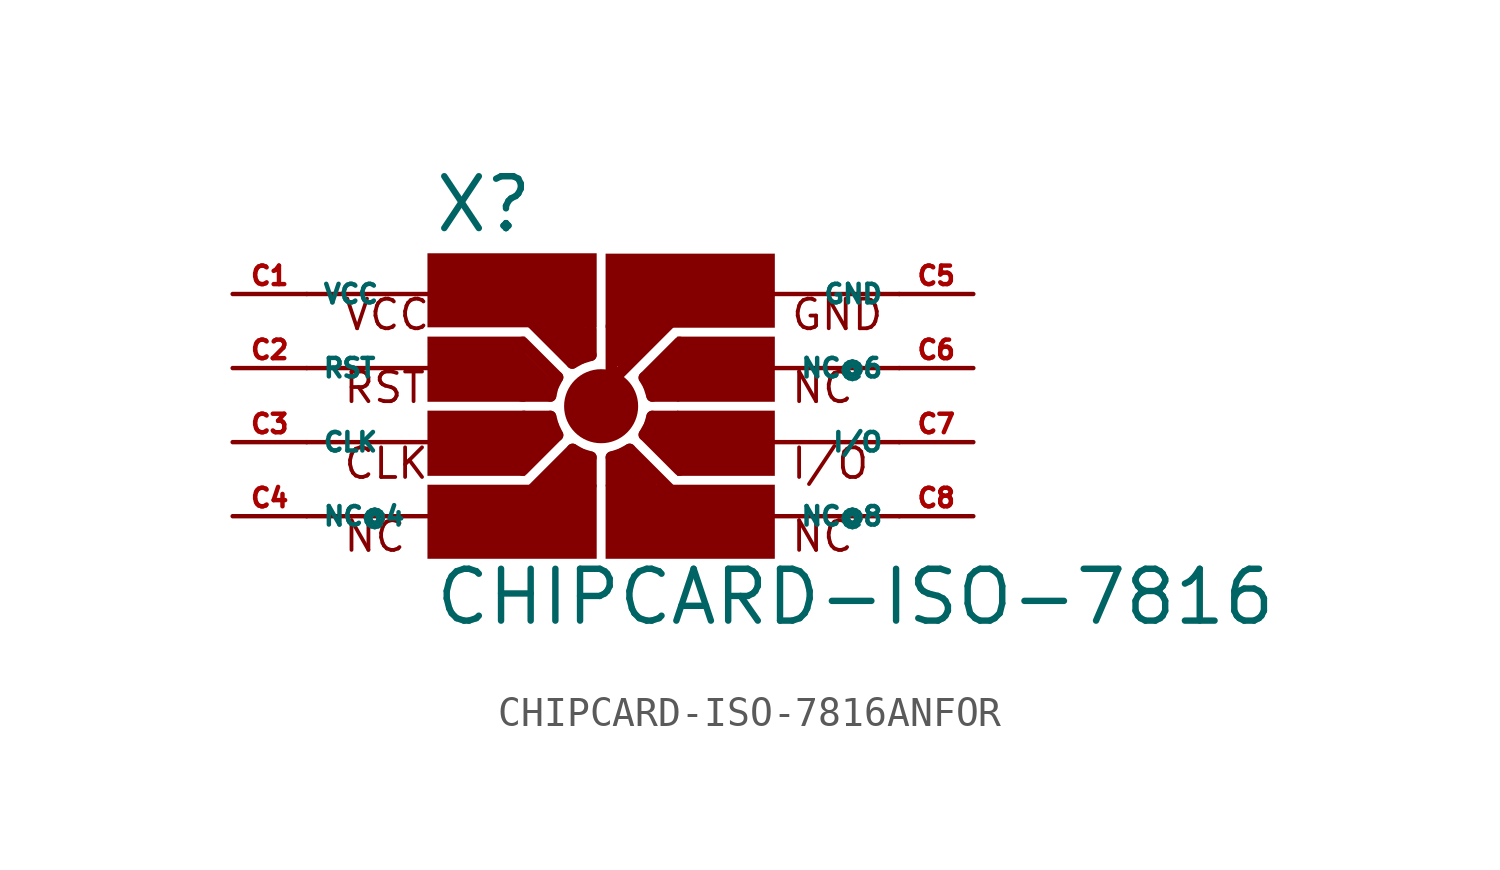
<source format=kicad_sym>
(kicad_symbol_lib
  (version 20220914)
  (generator kicad_symbol_editor)
  (symbol "CHIPCARD-ISO-7816ANFOR"
    (property "Reference" "X"
      (at -5.842 4.572 0)
      (effects (font (size 1.778 1.778) (thickness 0.22)) (justify left bottom)))
    (property "Value" "CHIPCARD-ISO-7816"
      (at -5.842 -8.89 0)
      (effects (font (size 1.778 1.778) (thickness 0.22)) (justify left bottom)))
    (symbol "CHIPCARD-ISO-7816ANFOR_1_1"
      (rectangle (start -6.02 -4) (end -0.216 -6.54) (stroke (width -0.0001) (type default)) (fill (type outline)))
      (rectangle (start -6.02 -1.46) (end -2.667 -3.696) (stroke (width -0.0001) (type default)) (fill (type outline)))
      (rectangle (start -6.02 1.079) (end -2.667 -1.156) (stroke (width -0.0001) (type default)) (fill (type outline)))
      (rectangle (start -6.02 3.937) (end -0.216 1.397) (stroke (width -0.0001) (type default)) (fill (type outline)))
      (circle (center -0.064 -1.308) (radius 1.27) (stroke (width -0.0001) (type default)) (fill (type outline)))
      (polyline (pts (xy -10.16 -5.08) (xy -5.08 -5.08)) (stroke (width 0.152) (type default)) (fill (type none)))
      (polyline (pts (xy -10.16 -2.54) (xy -5.08 -2.54)) (stroke (width 0.152) (type default)) (fill (type none)))
      (polyline (pts (xy -10.16 0) (xy -5.08 0)) (stroke (width 0.152) (type default)) (fill (type none)))
      (polyline (pts (xy -10.16 2.54) (xy -5.08 2.54)) (stroke (width 0.152) (type default)) (fill (type none)))
      (polyline (pts (xy -2.781 -2.489) (xy -2.451 -2.159)) (stroke (width 0.406) (type default)) (fill (type none)))
      (polyline (pts (xy -2.769 -0.572) (xy -1.968 -0.572)) (stroke (width 0.406) (type default)) (fill (type none)))
      (polyline (pts (xy -2.756 -3.493) (xy -1.562 -2.299)) (stroke (width 0.406) (type default)) (fill (type none)))
      (polyline (pts (xy -2.756 0.876) (xy -1.562 -0.318)) (stroke (width 0.406) (type default)) (fill (type none)))
      (polyline (pts (xy -2.743 -2.032) (xy -2.019 -2.032)) (stroke (width 0.406) (type default)) (fill (type none)))
      (polyline (pts (xy -2.502 -0.394) (xy -2.705 -0.191)) (stroke (width 0.406) (type default)) (fill (type none)))
      (polyline (pts (xy -2.451 -2.159) (xy -2.451 -2.134)) (stroke (width 0.406) (type default)) (fill (type none)))
      (polyline (pts (xy -2.019 -2.032) (xy -1.918 -2.134)) (stroke (width 0.406) (type default)) (fill (type none)))
      (polyline (pts (xy -1.968 -0.572) (xy -1.968 -0.457)) (stroke (width 0.406) (type default)) (fill (type none)))
      (polyline (pts (xy -1.968 -0.457) (xy -2.781 0.356)) (stroke (width 0.406) (type default)) (fill (type none)))
      (polyline (pts (xy -1.918 -2.134) (xy -2.743 -2.959)) (stroke (width 0.406) (type default)) (fill (type none)))
      (polyline (pts (xy -1.803 -1.664) (xy -2.718 -1.664)) (stroke (width 0.406) (type default)) (fill (type none)))
      (polyline (pts (xy -1.803 -0.953) (xy -2.781 -0.953)) (stroke (width 0.406) (type default)) (fill (type none)))
      (polyline (pts (xy -1.727 -0.635) (xy -1.803 -0.953)) (stroke (width 0.406) (type default)) (fill (type none)))
      (polyline (pts (xy -1.714 -1.981) (xy -1.803 -1.664)) (stroke (width 0.406) (type default)) (fill (type none)))
      (polyline (pts (xy -1.562 -2.299) (xy -1.714 -1.981)) (stroke (width 0.406) (type default)) (fill (type none)))
      (polyline (pts (xy -1.562 -0.318) (xy -1.727 -0.635)) (stroke (width 0.406) (type default)) (fill (type none)))
      (polyline (pts (xy -1.283 -4.089) (xy -0.889 -3.696)) (stroke (width 0.406) (type default)) (fill (type none)))
      (polyline (pts (xy -1.054 0.178) (xy -2.413 1.537)) (stroke (width 0.406) (type default)) (fill (type none)))
      (polyline (pts (xy -1.041 -2.794) (xy -2.388 -4.14)) (stroke (width 0.406) (type default)) (fill (type none)))
      (polyline (pts (xy -0.902 0.546) (xy -1.803 1.448)) (stroke (width 0.406) (type default)) (fill (type none)))
      (polyline (pts (xy -0.902 1.079) (xy -1.295 1.473)) (stroke (width 0.406) (type default)) (fill (type none)))
      (polyline (pts (xy -0.876 -3.15) (xy -1.841 -4.115)) (stroke (width 0.406) (type default)) (fill (type none)))
      (polyline (pts (xy -0.8 0.648) (xy -0.902 0.546)) (stroke (width 0.406) (type default)) (fill (type none)))
      (polyline (pts (xy -0.8 1.397) (xy -0.8 0.648)) (stroke (width 0.406) (type default)) (fill (type none)))
      (polyline (pts (xy -0.787 -4.039) (xy -0.787 -3.239)) (stroke (width 0.406) (type default)) (fill (type none)))
      (polyline (pts (xy -0.787 -3.239) (xy -0.876 -3.15)) (stroke (width 0.406) (type default)) (fill (type none)))
      (polyline (pts (xy -0.749 -2.959) (xy -1.041 -2.794)) (stroke (width 0.406) (type default)) (fill (type none)))
      (polyline (pts (xy -0.749 0.343) (xy -1.054 0.178)) (stroke (width 0.406) (type default)) (fill (type none)))
      (polyline (pts (xy -0.419 -4.013) (xy -0.419 -3.061)) (stroke (width 0.406) (type default)) (fill (type none)))
      (polyline (pts (xy -0.419 -3.061) (xy -0.749 -2.959)) (stroke (width 0.406) (type default)) (fill (type none)))
      (polyline (pts (xy -0.419 0.445) (xy -0.749 0.343)) (stroke (width 0.406) (type default)) (fill (type none)))
      (polyline (pts (xy -0.419 1.333) (xy -0.419 0.445)) (stroke (width 0.406) (type default)) (fill (type none)))
      (polyline (pts (xy 0.292 -4) (xy 0.292 -3.061)) (stroke (width 0.406) (type default)) (fill (type none)))
      (polyline (pts (xy 0.292 -3.061) (xy 0.61 -2.959)) (stroke (width 0.406) (type default)) (fill (type none)))
      (polyline (pts (xy 0.292 -0.254) (xy 0.483 -0.254)) (stroke (width 0.406) (type default)) (fill (type none)))
      (polyline (pts (xy 0.292 1.435) (xy 0.292 -0.254)) (stroke (width 0.406) (type default)) (fill (type none)))
      (polyline (pts (xy 0.483 -0.254) (xy 2.273 1.537)) (stroke (width 0.406) (type default)) (fill (type none)))
      (polyline (pts (xy 0.61 -2.959) (xy 0.914 -2.794)) (stroke (width 0.406) (type default)) (fill (type none)))
      (polyline (pts (xy 0.673 -4.026) (xy 0.673 -3.251)) (stroke (width 0.406) (type default)) (fill (type none)))
      (polyline (pts (xy 0.673 -3.251) (xy 0.762 -3.162)) (stroke (width 0.406) (type default)) (fill (type none)))
      (polyline (pts (xy 0.673 0.47) (xy 0.457 0.254)) (stroke (width 0.406) (type default)) (fill (type none)))
      (polyline (pts (xy 0.673 0.47) (xy 1.714 1.511)) (stroke (width 0.406) (type default)) (fill (type none)))
      (polyline (pts (xy 0.673 1.435) (xy 0.673 0.47)) (stroke (width 0.406) (type default)) (fill (type none)))
      (polyline (pts (xy 0.762 -3.162) (xy 1.651 -4.051)) (stroke (width 0.406) (type default)) (fill (type none)))
      (polyline (pts (xy 0.787 1.118) (xy 1.156 1.486)) (stroke (width 0.406) (type default)) (fill (type none)))
      (polyline (pts (xy 0.914 -2.794) (xy 2.273 -4.153)) (stroke (width 0.406) (type default)) (fill (type none)))
      (polyline (pts (xy 1.181 -4.115) (xy 0.775 -3.708)) (stroke (width 0.406) (type default)) (fill (type none)))
      (polyline (pts (xy 1.422 -2.286) (xy 2.629 -3.493)) (stroke (width 0.406) (type default)) (fill (type none)))
      (polyline (pts (xy 1.422 -0.33) (xy 2.629 0.876)) (stroke (width 0.406) (type default)) (fill (type none)))
      (polyline (pts (xy 1.575 -0.597) (xy 1.422 -0.33)) (stroke (width 0.406) (type default)) (fill (type none)))
      (polyline (pts (xy 1.6 -1.968) (xy 1.422 -2.286)) (stroke (width 0.406) (type default)) (fill (type none)))
      (polyline (pts (xy 1.689 -1.664) (xy 1.6 -1.968)) (stroke (width 0.406) (type default)) (fill (type none)))
      (polyline (pts (xy 1.689 -0.953) (xy 1.575 -0.597)) (stroke (width 0.406) (type default)) (fill (type none)))
      (polyline (pts (xy 1.791 -2.134) (xy 2.616 -2.959)) (stroke (width 0.406) (type default)) (fill (type none)))
      (polyline (pts (xy 1.803 -0.47) (xy 2.642 0.368)) (stroke (width 0.406) (type default)) (fill (type none)))
      (polyline (pts (xy 1.88 -2.045) (xy 1.791 -2.134)) (stroke (width 0.406) (type default)) (fill (type none)))
      (polyline (pts (xy 1.905 -0.572) (xy 1.803 -0.47)) (stroke (width 0.406) (type default)) (fill (type none)))
      (polyline (pts (xy 2.299 -0.432) (xy 2.553 -0.178)) (stroke (width 0.406) (type default)) (fill (type none)))
      (polyline (pts (xy 2.54 -1.664) (xy 1.689 -1.664)) (stroke (width 0.406) (type default)) (fill (type none)))
      (polyline (pts (xy 2.54 -0.953) (xy 1.689 -0.953)) (stroke (width 0.406) (type default)) (fill (type none)))
      (polyline (pts (xy 2.578 -2.045) (xy 1.88 -2.045)) (stroke (width 0.406) (type default)) (fill (type none)))
      (polyline (pts (xy 2.578 -0.572) (xy 1.905 -0.572)) (stroke (width 0.406) (type default)) (fill (type none)))
      (polyline (pts (xy 2.642 -2.451) (xy 2.349 -2.159)) (stroke (width 0.406) (type default)) (fill (type none)))
      (polyline (pts (xy 10.16 -5.08) (xy 5.08 -5.08)) (stroke (width 0.152) (type default)) (fill (type none)))
      (polyline (pts (xy 10.16 -2.54) (xy 5.08 -2.54)) (stroke (width 0.152) (type default)) (fill (type none)))
      (polyline (pts (xy 10.16 0) (xy 5.08 0)) (stroke (width 0.152) (type default)) (fill (type none)))
      (polyline (pts (xy 10.16 2.54) (xy 5.08 2.54)) (stroke (width 0.152) (type default)) (fill (type none)))
      (rectangle (start 0.089 -4) (end 5.893 -6.54) (stroke (width -0.0001) (type default)) (fill (type outline)))
      (rectangle (start 0.089 3.924) (end 5.893 1.384) (stroke (width -0.0001) (type default)) (fill (type outline)))
      (rectangle (start 2.54 -1.46) (end 5.893 -3.696) (stroke (width -0.0001) (type default)) (fill (type outline)))
      (rectangle (start 2.54 1.079) (end 5.893 -1.156) (stroke (width -0.0001) (type default)) (fill (type outline)))
      (text "CLK" (at -8.952 -3.866 0) (effects (font (size 1.016 1.016) (thickness 0.13)) (justify left bottom)))
      (text "GND" (at 6.399 1.234 0) (effects (font (size 1.016 1.016) (thickness 0.13)) (justify left bottom)))
      (text "I/O" (at 6.399 -3.866 0) (effects (font (size 1.016 1.016) (thickness 0.13)) (justify left bottom)))
      (text "NC" (at -8.952 -6.366 0) (effects (font (size 1.016 1.016) (thickness 0.13)) (justify left bottom)))
      (text "NC " (at 6.399 -6.366 0) (effects (font (size 1.016 1.016) (thickness 0.13)) (justify left bottom)))
      (text "NC  " (at 6.399 -1.266 0) (effects (font (size 1.016 1.016) (thickness 0.13)) (justify left bottom)))
      (text "RST" (at -8.952 -1.266 0) (effects (font (size 1.016 1.016) (thickness 0.13)) (justify left bottom)))
      (text "VCC" (at -8.952 1.234 0) (effects (font (size 1.016 1.016) (thickness 0.13)) (justify left bottom)))
      (pin passive line (at -12.7 2.54 0) (length 2.54) (name "VCC" (effects (font (size 0.635 0.635)))) (number "C1" (effects (font (size 0.635 0.635)))))
      (pin passive line (at -12.7 0 0) (length 2.54) (name "RST" (effects (font (size 0.635 0.635)))) (number "C2" (effects (font (size 0.635 0.635)))))
      (pin passive line (at -12.7 -2.54 0) (length 2.54) (name "CLK" (effects (font (size 0.635 0.635)))) (number "C3" (effects (font (size 0.635 0.635)))))
      (pin passive line (at -12.7 -5.08 0) (length 2.54) (name "NC@4" (effects (font (size 0.635 0.635)))) (number "C4" (effects (font (size 0.635 0.635)))))
      (pin passive line (at 12.7 2.54 180) (length 2.54) (name "GND" (effects (font (size 0.635 0.635)))) (number "C5" (effects (font (size 0.635 0.635)))))
      (pin passive line (at 12.7 0 180) (length 2.54) (name "NC@6" (effects (font (size 0.635 0.635)))) (number "C6" (effects (font (size 0.635 0.635)))))
      (pin passive line (at 12.7 -2.54 180) (length 2.54) (name "I/O" (effects (font (size 0.635 0.635)))) (number "C7" (effects (font (size 0.635 0.635)))))
      (pin passive line (at 12.7 -5.08 180) (length 2.54) (name "NC@8" (effects (font (size 0.635 0.635)))) (number "C8" (effects (font (size 0.635 0.635))))))))
</source>
